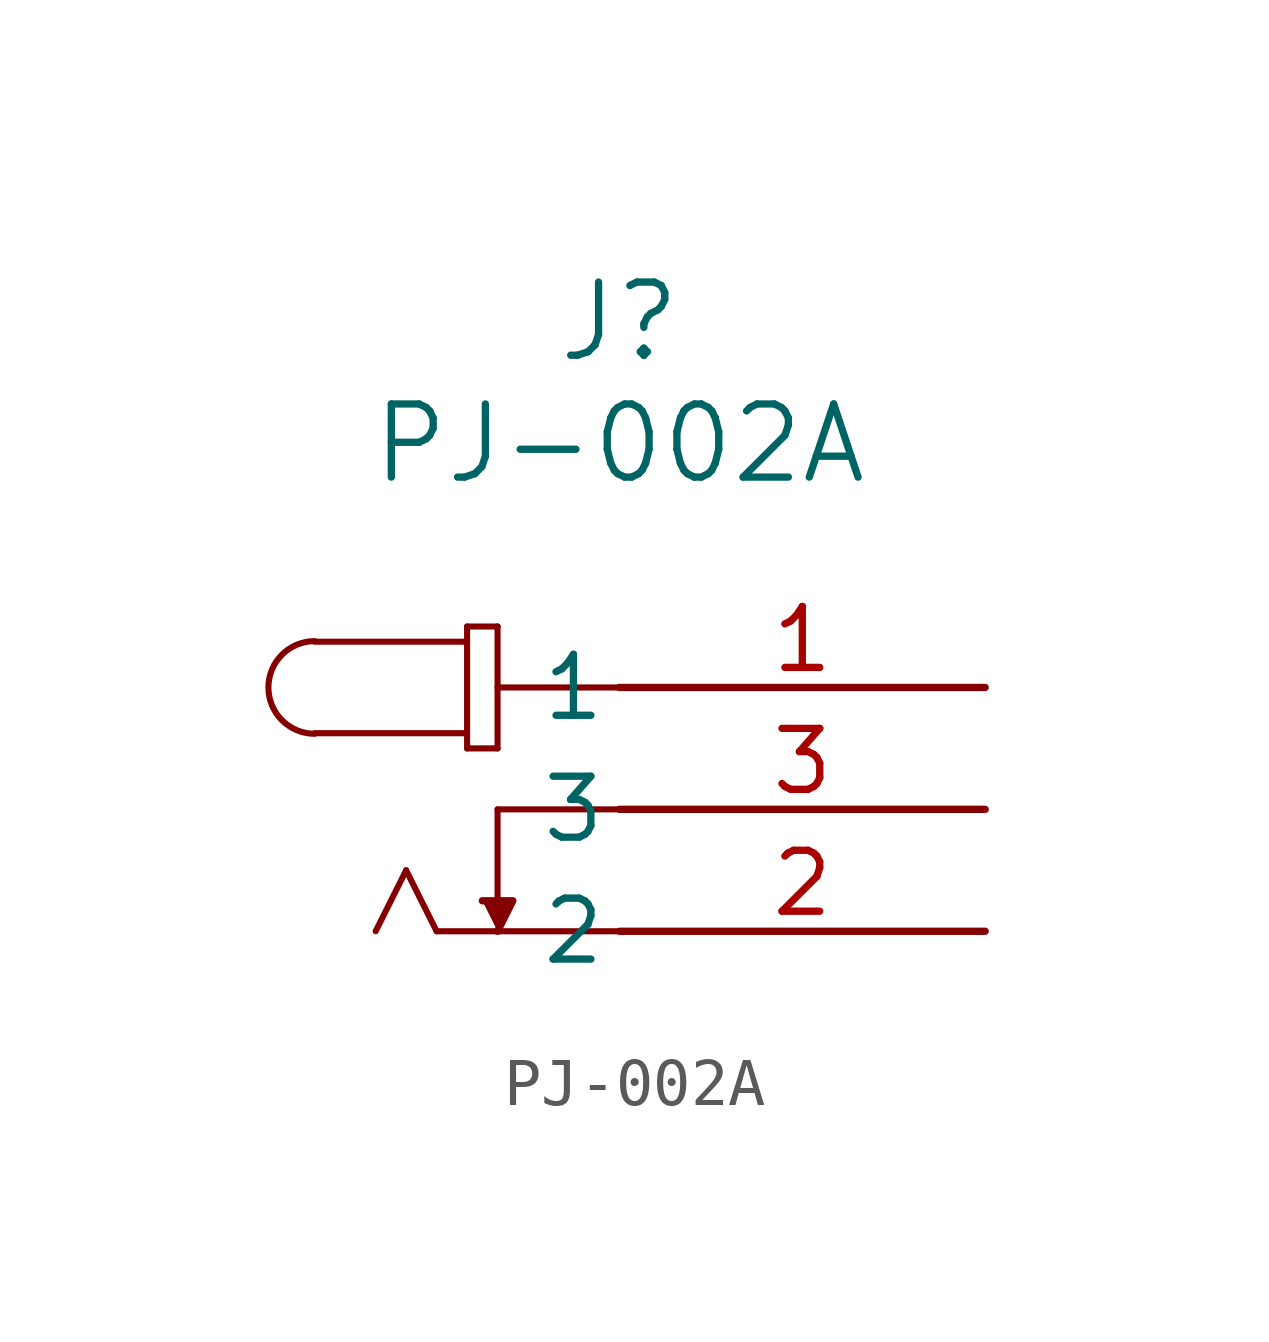
<source format=kicad_sym>
(kicad_symbol_lib
  (version 20211014)
  (generator kicad_symbol_editor)
  (symbol "PJ-002A"
    (pin_names
      (offset 0.254))
    (property "Reference" "J"
      (at -7.62 7.62 0)
      (effects (font (size 1.524 1.524))))
    (property "Value" "PJ-002A"
      (at -7.62 5.08 0)
      (effects (font (size 1.524 1.524))))
    (symbol "PJ-002A_0_1"
      (polyline (pts (xy -7.62 -2.54) (xy -10.16 -2.54)) (stroke (width 0.127) (type default) (color 0 0 0 0)) (fill (type none)))
      (polyline (pts (xy -10.16 -4.445) (xy -10.16 -2.54)) (stroke (width 0.127) (type default) (color 0 0 0 0)) (fill (type none)))
      (polyline (pts (xy -7.62 -5.08) (xy -11.43 -5.08)) (stroke (width 0.127) (type default) (color 0 0 0 0)) (fill (type none)))
      (polyline (pts (xy -11.43 -5.08) (xy -12.065 -3.81)) (stroke (width 0.127) (type default) (color 0 0 0 0)) (fill (type none)))
      (polyline (pts (xy -12.065 -3.81) (xy -12.7 -5.08)) (stroke (width 0.127) (type default) (color 0 0 0 0)) (fill (type none)))
      (polyline (pts (xy -7.62 0) (xy -10.16 0)) (stroke (width 0.127) (type default) (color 0 0 0 0)) (fill (type none)))
      (polyline (pts (xy -10.16 1.27) (xy -10.16 -1.27)) (stroke (width 0.127) (type default) (color 0 0 0 0)) (fill (type none)))
      (polyline (pts (xy -10.16 -1.27) (xy -10.795 -1.27)) (stroke (width 0.127) (type default) (color 0 0 0 0)) (fill (type none)))
      (polyline (pts (xy -10.795 1.27) (xy -10.795 -1.27)) (stroke (width 0.127) (type default) (color 0 0 0 0)) (fill (type none)))
      (polyline (pts (xy -10.795 1.27) (xy -10.16 1.27)) (stroke (width 0.127) (type default) (color 0 0 0 0)) (fill (type none)))
      (polyline (pts (xy -10.795 0.953) (xy -13.97 0.953)) (stroke (width 0.127) (type default) (color 0 0 0 0)) (fill (type none)))
      (polyline (pts (xy -10.795 -0.953) (xy -13.97 -0.953)) (stroke (width 0.127) (type default) (color 0 0 0 0)) (fill (type none)))
      (arc (start -13.97 0.9652) (mid -14.9352 0) (end -13.97 -0.9652) (stroke (width 0.127) (type default) (color 0 0 0 0)) (fill (type none)))
      (polyline (pts (xy -10.16 -5.08) (xy -9.842 -4.445) (xy -10.477 -4.445)) (stroke (width 0) (type default) (color 0 0 0 0)) (fill (type outline)))
      (pin unspecified line (at 0 0 180) (length 7.62) (name "1" (effects (font (size 1.27 1.27)))) (number "1" (effects (font (size 1.27 1.27)))))
      (pin unspecified line (at 0 -5.08 180) (length 7.62) (name "2" (effects (font (size 1.27 1.27)))) (number "2" (effects (font (size 1.27 1.27)))))
      (pin unspecified line (at 0 -2.54 180) (length 7.62) (name "3" (effects (font (size 1.27 1.27)))) (number "3" (effects (font (size 1.27 1.27))))))))
</source>
